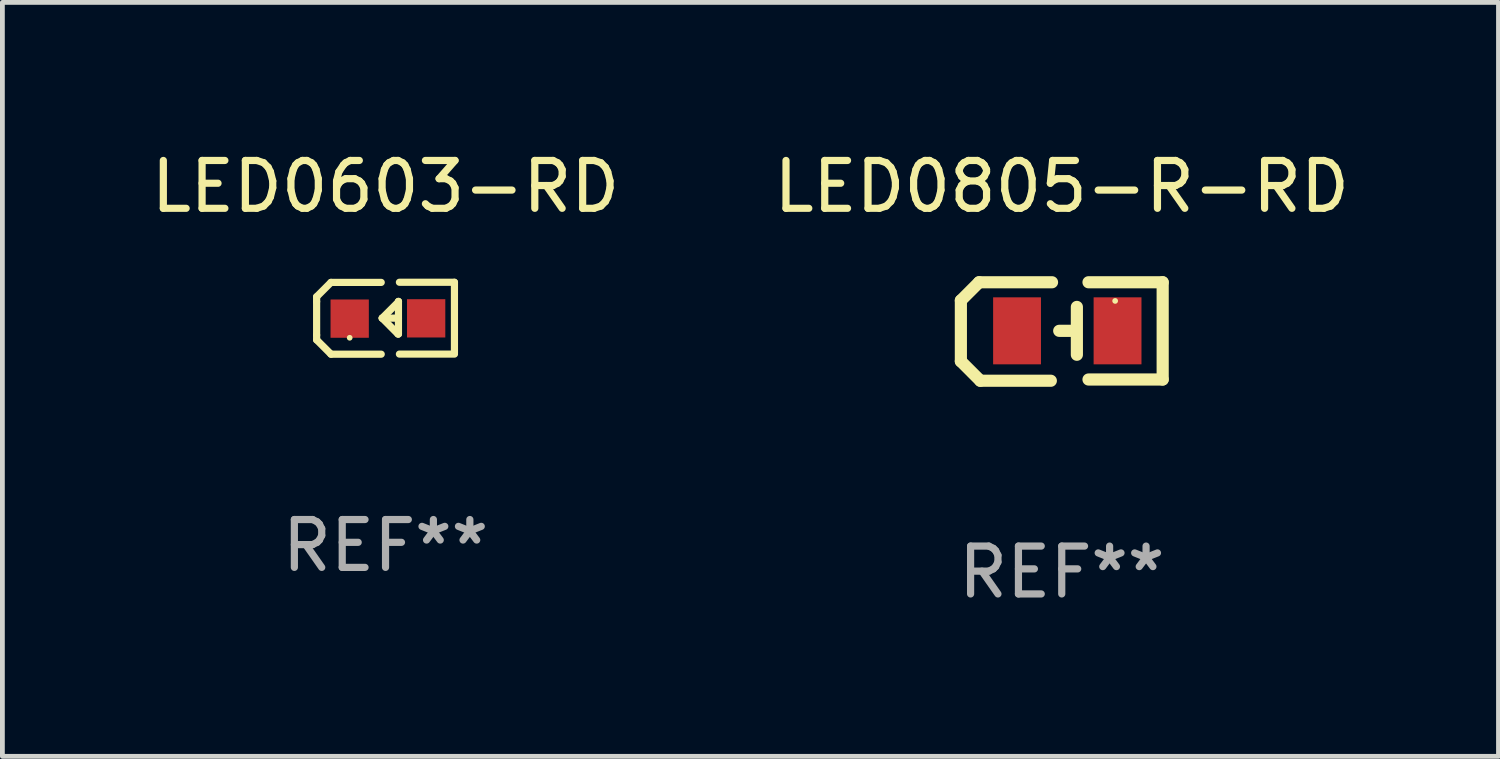
<source format=kicad_pcb>
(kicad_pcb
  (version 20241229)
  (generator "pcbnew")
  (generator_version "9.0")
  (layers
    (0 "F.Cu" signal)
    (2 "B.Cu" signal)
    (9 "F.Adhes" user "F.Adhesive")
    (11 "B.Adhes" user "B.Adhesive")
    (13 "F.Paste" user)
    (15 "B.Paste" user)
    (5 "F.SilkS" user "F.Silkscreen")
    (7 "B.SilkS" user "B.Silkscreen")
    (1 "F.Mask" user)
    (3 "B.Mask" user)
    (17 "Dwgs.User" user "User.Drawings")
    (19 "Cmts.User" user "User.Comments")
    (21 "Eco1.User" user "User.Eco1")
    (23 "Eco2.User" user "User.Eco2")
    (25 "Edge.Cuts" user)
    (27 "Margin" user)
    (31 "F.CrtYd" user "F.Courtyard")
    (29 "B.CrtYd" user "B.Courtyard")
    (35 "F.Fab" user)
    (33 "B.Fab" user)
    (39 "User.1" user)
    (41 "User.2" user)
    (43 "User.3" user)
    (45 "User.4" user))
  (footprint "LED0805-R-RD"
    (layer "F.Cu")
    (at 19.252 3.863)
    (property "Reference" "LED0805-R-RD" (at -0.116 -3.015 0) (layer "F.SilkS") (effects (font (size 1 1) (thickness 0.15))))
    (attr through_hole)
    (fp_line (start -2.224 -0.634) (end -1.843 -1.015) (stroke (width 0.254) (type solid)) (layer "F.SilkS"))
    (fp_line (start -2.224 0.636) (end -2.224 -0.634) (stroke (width 0.254) (type solid)) (layer "F.SilkS"))
    (fp_line (start -1.843 -1.015) (end -0.319 -1.015) (stroke (width 0.254) (type solid)) (layer "F.SilkS"))
    (fp_line (start -1.817 1.043) (end -2.224 0.636) (stroke (width 0.254) (type solid)) (layer "F.SilkS"))
    (fp_line (start -0.344 1.043) (end -1.817 1.043) (stroke (width 0.254) (type solid)) (layer "F.SilkS"))
    (fp_line (start 0.1 0) (end -0.169 0) (stroke (width 0.254) (type solid)) (layer "F.SilkS"))
    (fp_line (start 0.2 -0.5) (end 0.2 0.5) (stroke (width 0.254) (type solid)) (layer "F.SilkS"))
    (fp_line (start 0.443 1.017) (end 1.993 1.017) (stroke (width 0.254) (type solid)) (layer "F.SilkS"))
    (fp_line (start 1.993 -1.015) (end 0.443 -1.015) (stroke (width 0.254) (type solid)) (layer "F.SilkS"))
    (fp_line (start 1.993 1.017) (end 1.993 -1.015) (stroke (width 0.254) (type solid)) (layer "F.SilkS"))
    (fp_circle (center 1 -0.625) (end 1.03 -0.625) (stroke (width 0.06) (type solid)) (fill no) (layer "F.SilkS"))
    (fp_text user "REF**" (at -0.116 5.043 0) (layer "F.Fab") (effects (font (size 1 1) (thickness 0.15))))
    (pad "1" smd rect (at 1.05 0 180) (size 1 1.4) (layers "F.Cu" "F.Mask" "F.Paste"))
    (pad "2" smd rect (at -1.05 0 180) (size 1 1.4) (layers "F.Cu" "F.Mask" "F.Paste")))
  (footprint "LED0603-RD"
    (layer "F.Cu")
    (at 5.056 3.605)
    (property "Reference" "LED0603-RD" (at -0.05 -2.757 0) (layer "F.SilkS") (effects (font (size 1 1) (thickness 0.15))))
    (attr through_hole)
    (fp_line (start -1.49 -0.454) (end -1.19 -0.754) (stroke (width 0.15) (type solid)) (layer "F.SilkS"))
    (fp_line (start -1.49 -0.354) (end -1.49 -0.454) (stroke (width 0.15) (type solid)) (layer "F.SilkS"))
    (fp_line (start -1.49 -0.354) (end -1.49 0.346) (stroke (width 0.15) (type solid)) (layer "F.SilkS"))
    (fp_line (start -1.49 0.346) (end -1.49 0.446) (stroke (width 0.15) (type solid)) (layer "F.SilkS"))
    (fp_line (start -1.49 0.446) (end -1.19 0.746) (stroke (width 0.15) (type solid)) (layer "F.SilkS"))
    (fp_line (start -0.14 -0.754) (end -1.19 -0.754) (stroke (width 0.15) (type solid)) (layer "F.SilkS"))
    (fp_line (start -0.14 0.746) (end -1.19 0.746) (stroke (width 0.15) (type solid)) (layer "F.SilkS"))
    (fp_line (start 0.21 0.324) (end -0.12 -0.007) (stroke (width 0.15) (type solid)) (layer "F.SilkS"))
    (fp_line (start 0.22 -0.357) (end 0.22 -0.347) (stroke (width 0.15) (type solid)) (layer "F.SilkS"))
    (fp_line (start 0.22 -0.357) (end 0.22 0.324) (stroke (width 0.15) (type solid)) (layer "F.SilkS"))
    (fp_line (start 0.22 -0.347) (end -0.12 -0.007) (stroke (width 0.15) (type solid)) (layer "F.SilkS"))
    (fp_line (start 0.22 -0.007) (end -0.12 -0.007) (stroke (width 0.15) (type solid)) (layer "F.SilkS"))
    (fp_line (start 0.22 0.324) (end 0.21 0.324) (stroke (width 0.15) (type solid)) (layer "F.SilkS"))
    (fp_line (start 0.24 -0.757) (end 1.39 -0.757) (stroke (width 0.15) (type solid)) (layer "F.SilkS"))
    (fp_line (start 0.24 0.744) (end 1.39 0.744) (stroke (width 0.15) (type solid)) (layer "F.SilkS"))
    (fp_line (start 1.39 -0.756) (end 1.39 0.723) (stroke (width 0.15) (type solid)) (layer "F.SilkS"))
    (fp_circle (center -0.799 0.403) (end -0.769 0.403) (stroke (width 0.06) (type solid)) (fill no) (layer "F.SilkS"))
    (fp_text user "REF**" (at -0.05 4.746 0) (layer "F.Fab") (effects (font (size 1 1) (thickness 0.15))))
    (pad "1" smd rect (at -0.799 0.003 90) (size 0.8 0.8) (layers "F.Cu" "F.Mask" "F.Paste"))
    (pad "2" smd rect (at 0.799 -0.003 90) (size 0.8 0.8) (layers "F.Cu" "F.Mask" "F.Paste")))
  (gr_rect
    (start -3 -3)
    (end 28.262 12.754)
    (stroke (width 0.1) (type default))
    (fill no)
    (layer "Edge.Cuts")))
</source>
